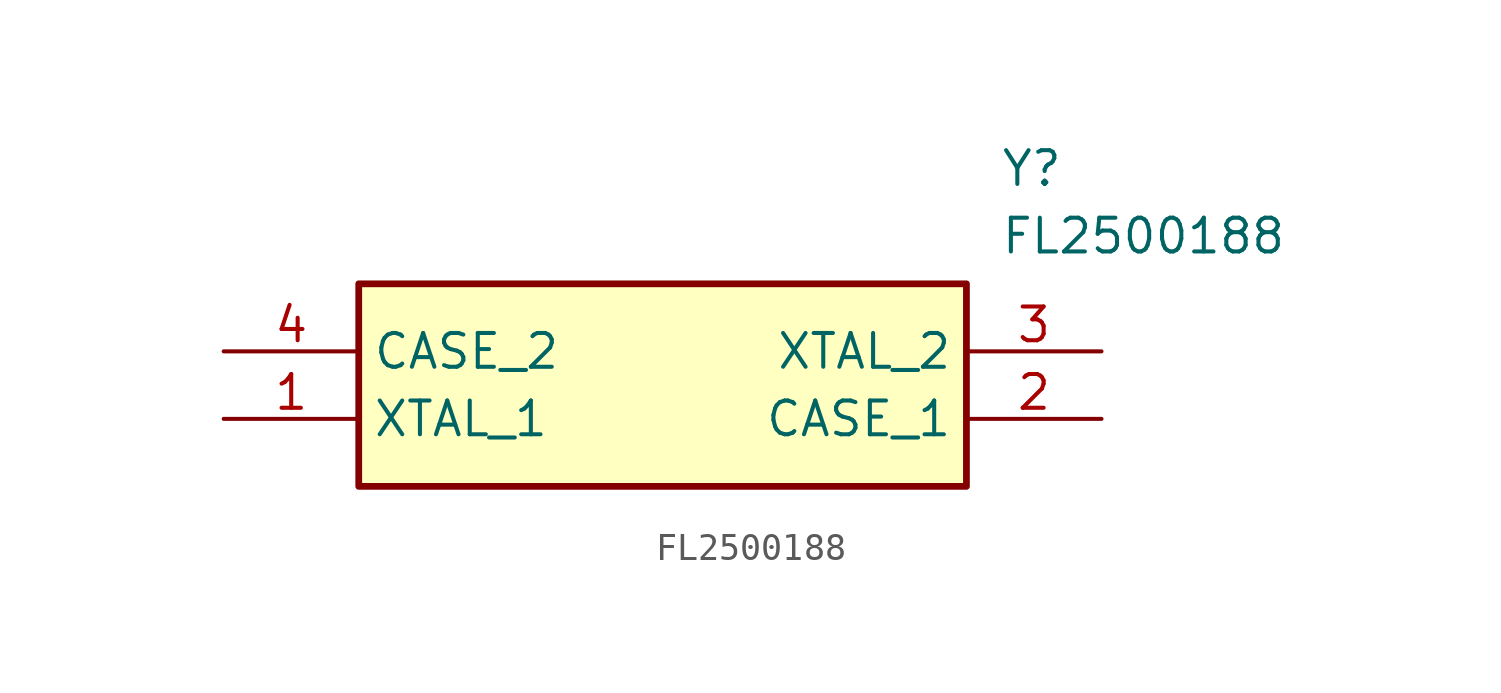
<source format=kicad_sym>
(kicad_symbol_lib
  (version 20211014)
  (generator SamacSys_ECAD_Model)
  (symbol "FL2500188"
    (property "Reference" "Y"
      (at 29.21 7.62 0)
      (effects (font (size 1.27 1.27)) (justify left top)))
    (property "Value" "FL2500188"
      (at 29.21 5.08 0)
      (effects (font (size 1.27 1.27)) (justify left top)))
    (rectangle
      (start 5.08 2.54)
      (end 27.94 -5.08)
      (stroke (width 0.254) (type default))
      (fill (type background)))
    (pin passive line
      (at 0 -2.54 0)
      (length 5.08)
      (name "XTAL_1" (effects (font (size 1.27 1.27))))
      (number "1" (effects (font (size 1.27 1.27)))))
    (pin passive line
      (at 33.02 -2.54 180)
      (length 5.08)
      (name "CASE_1" (effects (font (size 1.27 1.27))))
      (number "2" (effects (font (size 1.27 1.27)))))
    (pin passive line
      (at 33.02 0 180)
      (length 5.08)
      (name "XTAL_2" (effects (font (size 1.27 1.27))))
      (number "3" (effects (font (size 1.27 1.27)))))
    (pin passive line
      (at 0 0 0)
      (length 5.08)
      (name "CASE_2" (effects (font (size 1.27 1.27))))
      (number "4" (effects (font (size 1.27 1.27)))))))
</source>
